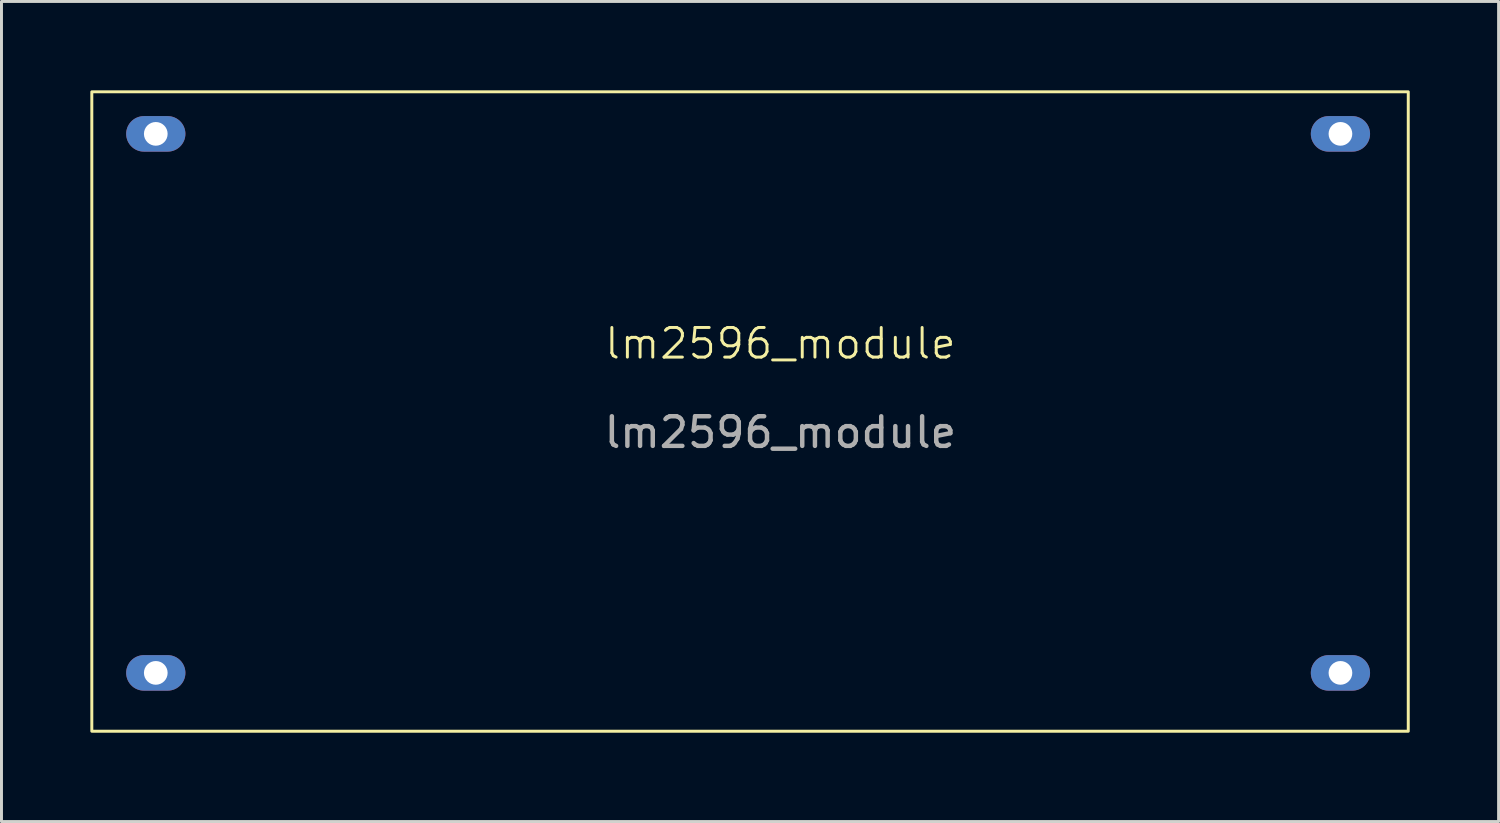
<source format=kicad_pcb>
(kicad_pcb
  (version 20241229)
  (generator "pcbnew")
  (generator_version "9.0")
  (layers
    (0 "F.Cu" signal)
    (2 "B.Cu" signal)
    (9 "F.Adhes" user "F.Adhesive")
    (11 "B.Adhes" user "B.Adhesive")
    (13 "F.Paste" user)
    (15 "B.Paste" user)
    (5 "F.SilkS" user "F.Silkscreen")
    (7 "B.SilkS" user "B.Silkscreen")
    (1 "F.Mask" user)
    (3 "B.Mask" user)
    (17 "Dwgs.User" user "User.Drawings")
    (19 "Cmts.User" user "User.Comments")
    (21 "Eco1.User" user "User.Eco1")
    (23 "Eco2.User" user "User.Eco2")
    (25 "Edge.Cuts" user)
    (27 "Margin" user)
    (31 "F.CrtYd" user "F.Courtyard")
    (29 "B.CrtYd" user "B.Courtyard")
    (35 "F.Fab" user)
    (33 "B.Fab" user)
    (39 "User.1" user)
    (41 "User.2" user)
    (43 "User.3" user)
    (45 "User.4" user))
  (footprint "lm2596_module"
    (layer "F.Cu")
    (at 23.1 9.85)
    (property "Reference" "lm2596_module" (at 0.2 -1.3 0) (unlocked yes) (layer "F.SilkS") (effects (font (size 1 1) (thickness 0.1))))
    (attr through_hole)
    (fp_rect (start -23.05 -9.8) (end 21.4 11.79) (stroke (width 0.1) (type default)) (fill no) (layer "F.SilkS"))
    (fp_text user "${REFERENCE}" (at 0.2 1.7 0) (unlocked yes) (layer "F.Fab") (effects (font (size 1 1) (thickness 0.15))))
    (pad "1" thru_hole oval (at -20.89 9.82 270) (size 1.2 2) (drill 0.8) (layers "*.Cu" "*.Mask"))
    (pad "2" thru_hole oval (at -20.89 -8.38 270) (size 1.2 2) (drill 0.8) (layers "*.Cu" "*.Mask"))
    (pad "3" thru_hole oval (at 19.11 9.82 270) (size 1.2 2) (drill 0.8) (layers "*.Cu" "*.Mask"))
    (pad "4" thru_hole oval (at 19.11 -8.38 270) (size 1.2 2) (drill 0.8) (layers "*.Cu" "*.Mask")))
  (gr_rect
    (start -3 -3)
    (end 47.55 24.69)
    (stroke (width 0.1) (type default))
    (fill no)
    (layer "Edge.Cuts")))
</source>
